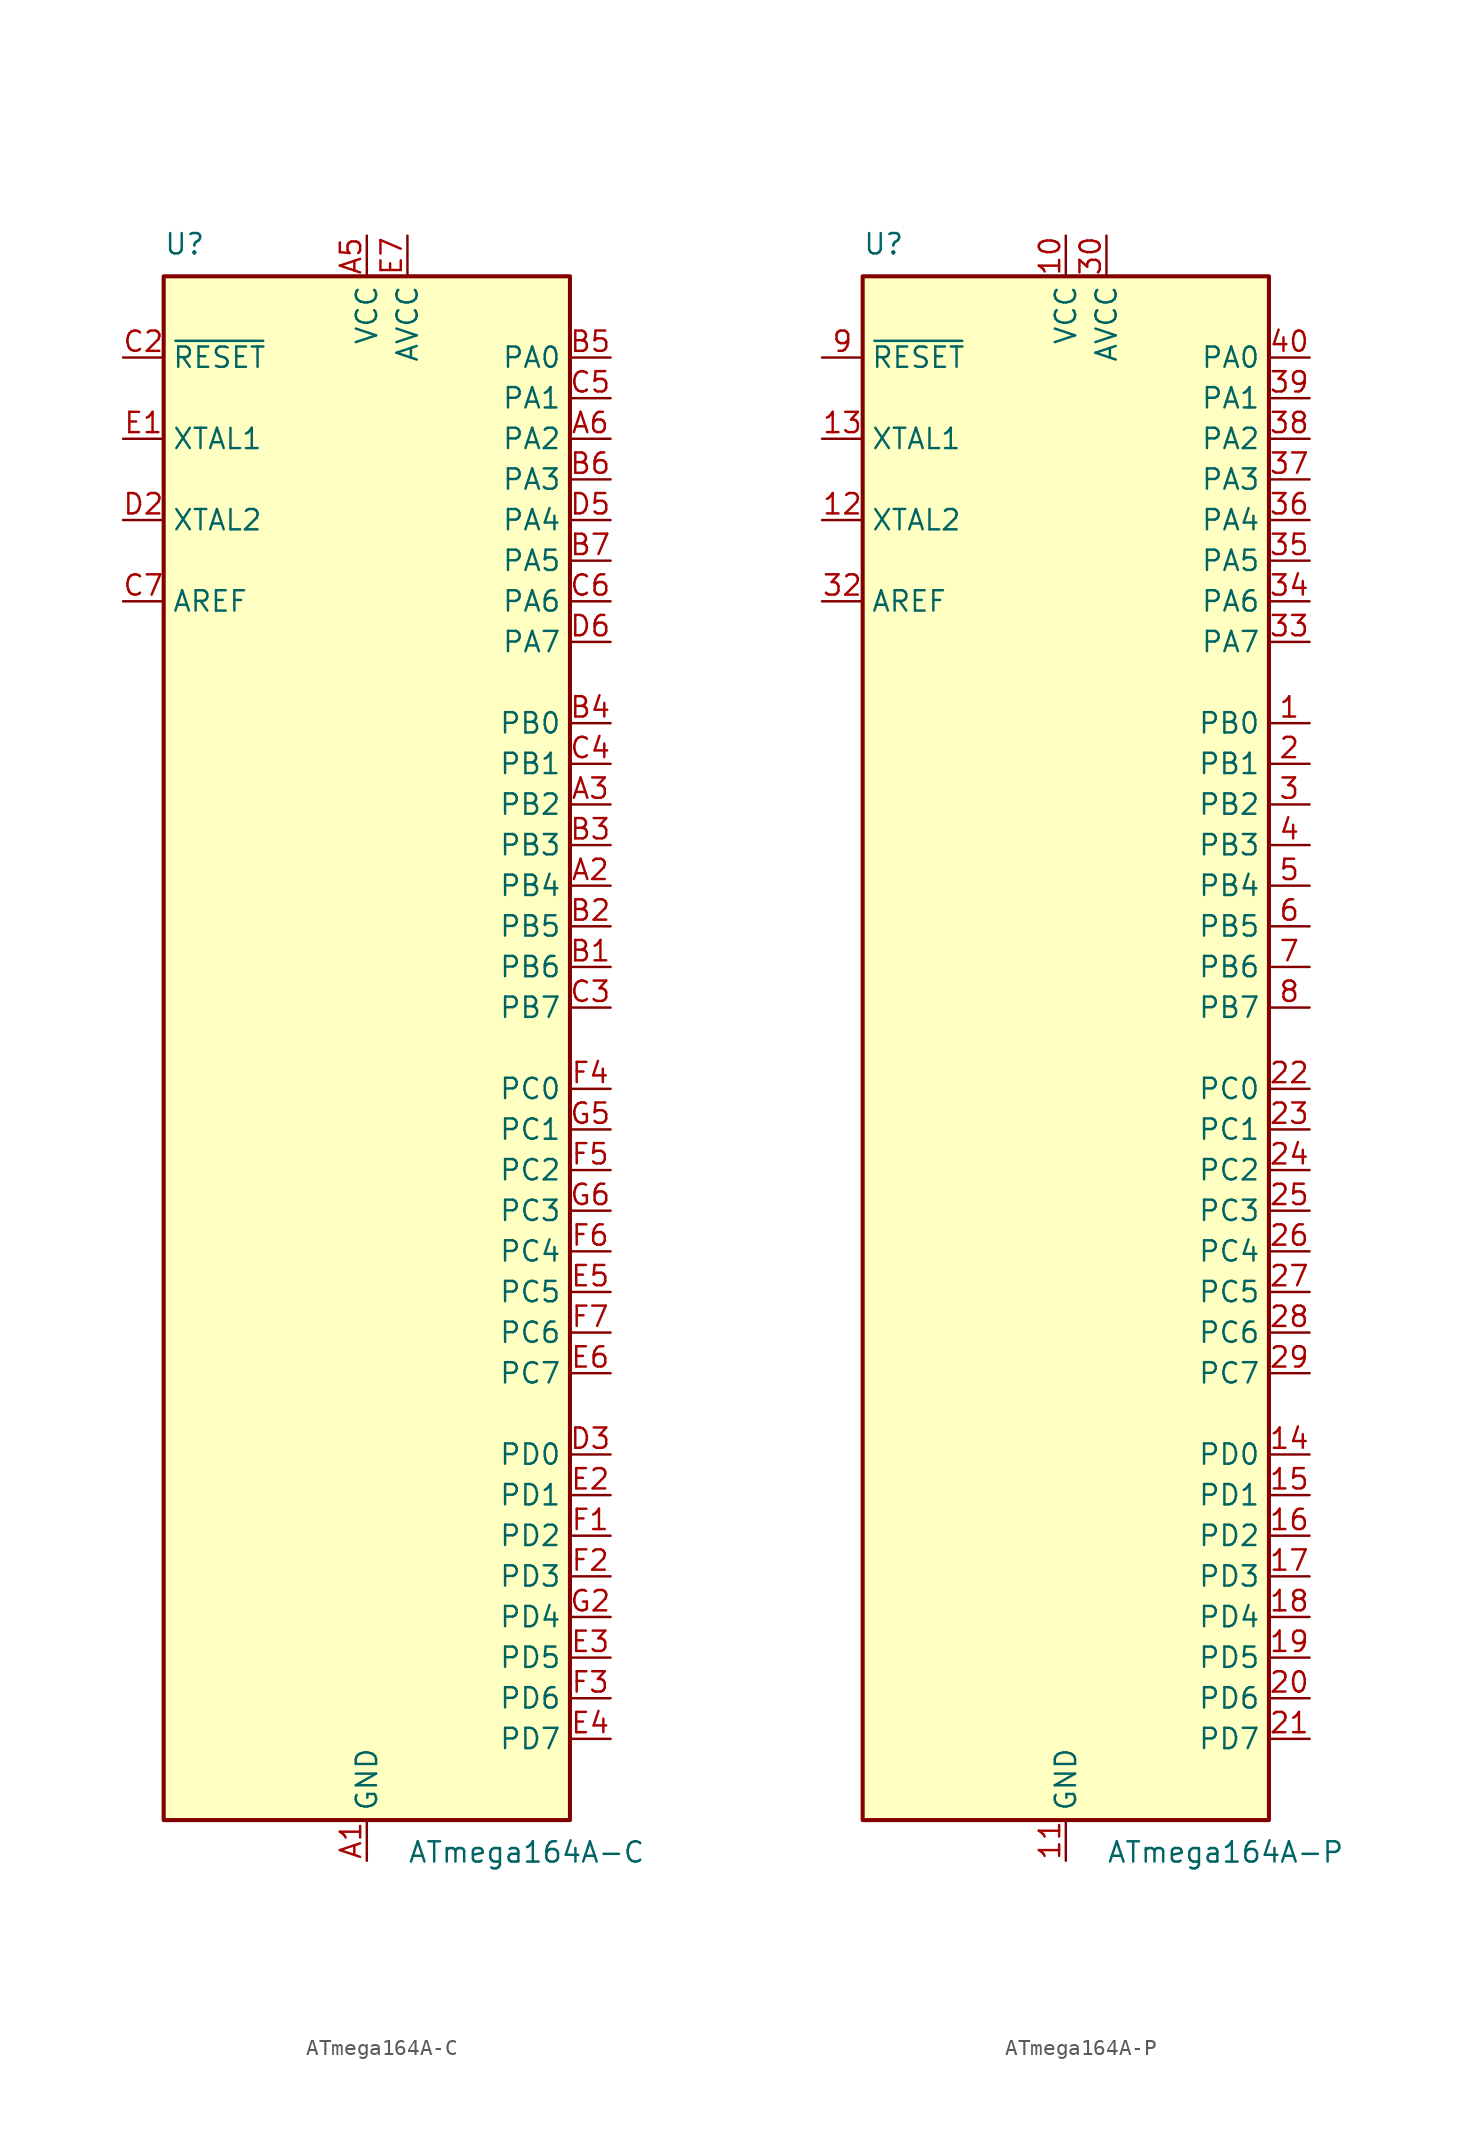
<source format=kicad_sym>
(kicad_symbol_lib
  (version 20211014)
  (generator kicad_symbol_editor)
  (symbol "ATmega164A-C"
    (property "Reference" "U"
      (at -12.7 49.53 0)
      (effects (font (size 1.27 1.27)) (justify left bottom)))
    (property "Value" "ATmega164A-C"
      (at 2.54 -49.53 0)
      (effects (font (size 1.27 1.27)) (justify left top)))
    (symbol "ATmega164A-C_0_1"
      (rectangle (start -12.7 -48.26) (end 12.7 48.26) (stroke (width 0.254) (type default) (color 0 0 0 0)) (fill (type background))))
    (symbol "ATmega164A-C_1_1"
      (pin power_in line (at 0 -50.8 90) (length 2.54) (name "GND" (effects (font (size 1.27 1.27)))) (number "A1" (effects (font (size 1.27 1.27)))))
      (pin bidirectional line (at 15.24 10.16 180) (length 2.54) (name "PB4" (effects (font (size 1.27 1.27)))) (number "A2" (effects (font (size 1.27 1.27)))))
      (pin bidirectional line (at 15.24 15.24 180) (length 2.54) (name "PB2" (effects (font (size 1.27 1.27)))) (number "A3" (effects (font (size 1.27 1.27)))))
      (pin passive line (at 0 -50.8 90) (length 2.54) hide (name "GND" (effects (font (size 1.27 1.27)))) (number "A4" (effects (font (size 1.27 1.27)))))
      (pin power_in line (at 0 50.8 270) (length 2.54) (name "VCC" (effects (font (size 1.27 1.27)))) (number "A5" (effects (font (size 1.27 1.27)))))
      (pin bidirectional line (at 15.24 38.1 180) (length 2.54) (name "PA2" (effects (font (size 1.27 1.27)))) (number "A6" (effects (font (size 1.27 1.27)))))
      (pin passive line (at 0 -50.8 90) (length 2.54) hide (name "GND" (effects (font (size 1.27 1.27)))) (number "A7" (effects (font (size 1.27 1.27)))))
      (pin bidirectional line (at 15.24 5.08 180) (length 2.54) (name "PB6" (effects (font (size 1.27 1.27)))) (number "B1" (effects (font (size 1.27 1.27)))))
      (pin bidirectional line (at 15.24 7.62 180) (length 2.54) (name "PB5" (effects (font (size 1.27 1.27)))) (number "B2" (effects (font (size 1.27 1.27)))))
      (pin bidirectional line (at 15.24 12.7 180) (length 2.54) (name "PB3" (effects (font (size 1.27 1.27)))) (number "B3" (effects (font (size 1.27 1.27)))))
      (pin bidirectional line (at 15.24 20.32 180) (length 2.54) (name "PB0" (effects (font (size 1.27 1.27)))) (number "B4" (effects (font (size 1.27 1.27)))))
      (pin bidirectional line (at 15.24 43.18 180) (length 2.54) (name "PA0" (effects (font (size 1.27 1.27)))) (number "B5" (effects (font (size 1.27 1.27)))))
      (pin bidirectional line (at 15.24 35.56 180) (length 2.54) (name "PA3" (effects (font (size 1.27 1.27)))) (number "B6" (effects (font (size 1.27 1.27)))))
      (pin bidirectional line (at 15.24 30.48 180) (length 2.54) (name "PA5" (effects (font (size 1.27 1.27)))) (number "B7" (effects (font (size 1.27 1.27)))))
      (pin passive line (at 0 50.8 270) (length 2.54) hide (name "VCC" (effects (font (size 1.27 1.27)))) (number "C1" (effects (font (size 1.27 1.27)))))
      (pin input line (at -15.24 43.18 0) (length 2.54) (name "~{RESET}" (effects (font (size 1.27 1.27)))) (number "C2" (effects (font (size 1.27 1.27)))))
      (pin bidirectional line (at 15.24 2.54 180) (length 2.54) (name "PB7" (effects (font (size 1.27 1.27)))) (number "C3" (effects (font (size 1.27 1.27)))))
      (pin bidirectional line (at 15.24 17.78 180) (length 2.54) (name "PB1" (effects (font (size 1.27 1.27)))) (number "C4" (effects (font (size 1.27 1.27)))))
      (pin bidirectional line (at 15.24 40.64 180) (length 2.54) (name "PA1" (effects (font (size 1.27 1.27)))) (number "C5" (effects (font (size 1.27 1.27)))))
      (pin bidirectional line (at 15.24 27.94 180) (length 2.54) (name "PA6" (effects (font (size 1.27 1.27)))) (number "C6" (effects (font (size 1.27 1.27)))))
      (pin passive line (at -15.24 27.94 0) (length 2.54) (name "AREF" (effects (font (size 1.27 1.27)))) (number "C7" (effects (font (size 1.27 1.27)))))
      (pin passive line (at 0 -50.8 90) (length 2.54) hide (name "GND" (effects (font (size 1.27 1.27)))) (number "D1" (effects (font (size 1.27 1.27)))))
      (pin output line (at -15.24 33.02 0) (length 2.54) (name "XTAL2" (effects (font (size 1.27 1.27)))) (number "D2" (effects (font (size 1.27 1.27)))))
      (pin bidirectional line (at 15.24 -25.4 180) (length 2.54) (name "PD0" (effects (font (size 1.27 1.27)))) (number "D3" (effects (font (size 1.27 1.27)))))
      (pin passive line (at 0 -50.8 90) (length 2.54) hide (name "GND" (effects (font (size 1.27 1.27)))) (number "D4" (effects (font (size 1.27 1.27)))))
      (pin bidirectional line (at 15.24 33.02 180) (length 2.54) (name "PA4" (effects (font (size 1.27 1.27)))) (number "D5" (effects (font (size 1.27 1.27)))))
      (pin bidirectional line (at 15.24 25.4 180) (length 2.54) (name "PA7" (effects (font (size 1.27 1.27)))) (number "D6" (effects (font (size 1.27 1.27)))))
      (pin passive line (at 0 -50.8 90) (length 2.54) hide (name "GND" (effects (font (size 1.27 1.27)))) (number "D7" (effects (font (size 1.27 1.27)))))
      (pin input line (at -15.24 38.1 0) (length 2.54) (name "XTAL1" (effects (font (size 1.27 1.27)))) (number "E1" (effects (font (size 1.27 1.27)))))
      (pin bidirectional line (at 15.24 -27.94 180) (length 2.54) (name "PD1" (effects (font (size 1.27 1.27)))) (number "E2" (effects (font (size 1.27 1.27)))))
      (pin bidirectional line (at 15.24 -38.1 180) (length 2.54) (name "PD5" (effects (font (size 1.27 1.27)))) (number "E3" (effects (font (size 1.27 1.27)))))
      (pin bidirectional line (at 15.24 -43.18 180) (length 2.54) (name "PD7" (effects (font (size 1.27 1.27)))) (number "E4" (effects (font (size 1.27 1.27)))))
      (pin bidirectional line (at 15.24 -15.24 180) (length 2.54) (name "PC5" (effects (font (size 1.27 1.27)))) (number "E5" (effects (font (size 1.27 1.27)))))
      (pin bidirectional line (at 15.24 -20.32 180) (length 2.54) (name "PC7" (effects (font (size 1.27 1.27)))) (number "E6" (effects (font (size 1.27 1.27)))))
      (pin power_in line (at 2.54 50.8 270) (length 2.54) (name "AVCC" (effects (font (size 1.27 1.27)))) (number "E7" (effects (font (size 1.27 1.27)))))
      (pin bidirectional line (at 15.24 -30.48 180) (length 2.54) (name "PD2" (effects (font (size 1.27 1.27)))) (number "F1" (effects (font (size 1.27 1.27)))))
      (pin bidirectional line (at 15.24 -33.02 180) (length 2.54) (name "PD3" (effects (font (size 1.27 1.27)))) (number "F2" (effects (font (size 1.27 1.27)))))
      (pin bidirectional line (at 15.24 -40.64 180) (length 2.54) (name "PD6" (effects (font (size 1.27 1.27)))) (number "F3" (effects (font (size 1.27 1.27)))))
      (pin bidirectional line (at 15.24 -2.54 180) (length 2.54) (name "PC0" (effects (font (size 1.27 1.27)))) (number "F4" (effects (font (size 1.27 1.27)))))
      (pin bidirectional line (at 15.24 -7.62 180) (length 2.54) (name "PC2" (effects (font (size 1.27 1.27)))) (number "F5" (effects (font (size 1.27 1.27)))))
      (pin bidirectional line (at 15.24 -12.7 180) (length 2.54) (name "PC4" (effects (font (size 1.27 1.27)))) (number "F6" (effects (font (size 1.27 1.27)))))
      (pin bidirectional line (at 15.24 -17.78 180) (length 2.54) (name "PC6" (effects (font (size 1.27 1.27)))) (number "F7" (effects (font (size 1.27 1.27)))))
      (pin passive line (at 0 -50.8 90) (length 2.54) hide (name "GND" (effects (font (size 1.27 1.27)))) (number "G1" (effects (font (size 1.27 1.27)))))
      (pin bidirectional line (at 15.24 -35.56 180) (length 2.54) (name "PD4" (effects (font (size 1.27 1.27)))) (number "G2" (effects (font (size 1.27 1.27)))))
      (pin passive line (at 0 50.8 270) (length 2.54) hide (name "VCC" (effects (font (size 1.27 1.27)))) (number "G3" (effects (font (size 1.27 1.27)))))
      (pin passive line (at 0 -50.8 90) (length 2.54) hide (name "GND" (effects (font (size 1.27 1.27)))) (number "G4" (effects (font (size 1.27 1.27)))))
      (pin bidirectional line (at 15.24 -5.08 180) (length 2.54) (name "PC1" (effects (font (size 1.27 1.27)))) (number "G5" (effects (font (size 1.27 1.27)))))
      (pin bidirectional line (at 15.24 -10.16 180) (length 2.54) (name "PC3" (effects (font (size 1.27 1.27)))) (number "G6" (effects (font (size 1.27 1.27)))))
      (pin passive line (at 0 -50.8 90) (length 2.54) hide (name "GND" (effects (font (size 1.27 1.27)))) (number "G7" (effects (font (size 1.27 1.27)))))))
  (symbol "ATmega164A-P"
    (property "Reference" "U"
      (at -12.7 49.53 0)
      (effects (font (size 1.27 1.27)) (justify left bottom)))
    (property "Value" "ATmega164A-P"
      (at 2.54 -49.53 0)
      (effects (font (size 1.27 1.27)) (justify left top)))
    (symbol "ATmega164A-P_0_1"
      (rectangle (start -12.7 -48.26) (end 12.7 48.26) (stroke (width 0.254) (type default) (color 0 0 0 0)) (fill (type background))))
    (symbol "ATmega164A-P_1_1"
      (pin bidirectional line (at 15.24 20.32 180) (length 2.54) (name "PB0" (effects (font (size 1.27 1.27)))) (number "1" (effects (font (size 1.27 1.27)))))
      (pin power_in line (at 0 50.8 270) (length 2.54) (name "VCC" (effects (font (size 1.27 1.27)))) (number "10" (effects (font (size 1.27 1.27)))))
      (pin power_in line (at 0 -50.8 90) (length 2.54) (name "GND" (effects (font (size 1.27 1.27)))) (number "11" (effects (font (size 1.27 1.27)))))
      (pin output line (at -15.24 33.02 0) (length 2.54) (name "XTAL2" (effects (font (size 1.27 1.27)))) (number "12" (effects (font (size 1.27 1.27)))))
      (pin input line (at -15.24 38.1 0) (length 2.54) (name "XTAL1" (effects (font (size 1.27 1.27)))) (number "13" (effects (font (size 1.27 1.27)))))
      (pin bidirectional line (at 15.24 -25.4 180) (length 2.54) (name "PD0" (effects (font (size 1.27 1.27)))) (number "14" (effects (font (size 1.27 1.27)))))
      (pin bidirectional line (at 15.24 -27.94 180) (length 2.54) (name "PD1" (effects (font (size 1.27 1.27)))) (number "15" (effects (font (size 1.27 1.27)))))
      (pin bidirectional line (at 15.24 -30.48 180) (length 2.54) (name "PD2" (effects (font (size 1.27 1.27)))) (number "16" (effects (font (size 1.27 1.27)))))
      (pin bidirectional line (at 15.24 -33.02 180) (length 2.54) (name "PD3" (effects (font (size 1.27 1.27)))) (number "17" (effects (font (size 1.27 1.27)))))
      (pin bidirectional line (at 15.24 -35.56 180) (length 2.54) (name "PD4" (effects (font (size 1.27 1.27)))) (number "18" (effects (font (size 1.27 1.27)))))
      (pin bidirectional line (at 15.24 -38.1 180) (length 2.54) (name "PD5" (effects (font (size 1.27 1.27)))) (number "19" (effects (font (size 1.27 1.27)))))
      (pin bidirectional line (at 15.24 17.78 180) (length 2.54) (name "PB1" (effects (font (size 1.27 1.27)))) (number "2" (effects (font (size 1.27 1.27)))))
      (pin bidirectional line (at 15.24 -40.64 180) (length 2.54) (name "PD6" (effects (font (size 1.27 1.27)))) (number "20" (effects (font (size 1.27 1.27)))))
      (pin bidirectional line (at 15.24 -43.18 180) (length 2.54) (name "PD7" (effects (font (size 1.27 1.27)))) (number "21" (effects (font (size 1.27 1.27)))))
      (pin bidirectional line (at 15.24 -2.54 180) (length 2.54) (name "PC0" (effects (font (size 1.27 1.27)))) (number "22" (effects (font (size 1.27 1.27)))))
      (pin bidirectional line (at 15.24 -5.08 180) (length 2.54) (name "PC1" (effects (font (size 1.27 1.27)))) (number "23" (effects (font (size 1.27 1.27)))))
      (pin bidirectional line (at 15.24 -7.62 180) (length 2.54) (name "PC2" (effects (font (size 1.27 1.27)))) (number "24" (effects (font (size 1.27 1.27)))))
      (pin bidirectional line (at 15.24 -10.16 180) (length 2.54) (name "PC3" (effects (font (size 1.27 1.27)))) (number "25" (effects (font (size 1.27 1.27)))))
      (pin bidirectional line (at 15.24 -12.7 180) (length 2.54) (name "PC4" (effects (font (size 1.27 1.27)))) (number "26" (effects (font (size 1.27 1.27)))))
      (pin bidirectional line (at 15.24 -15.24 180) (length 2.54) (name "PC5" (effects (font (size 1.27 1.27)))) (number "27" (effects (font (size 1.27 1.27)))))
      (pin bidirectional line (at 15.24 -17.78 180) (length 2.54) (name "PC6" (effects (font (size 1.27 1.27)))) (number "28" (effects (font (size 1.27 1.27)))))
      (pin bidirectional line (at 15.24 -20.32 180) (length 2.54) (name "PC7" (effects (font (size 1.27 1.27)))) (number "29" (effects (font (size 1.27 1.27)))))
      (pin bidirectional line (at 15.24 15.24 180) (length 2.54) (name "PB2" (effects (font (size 1.27 1.27)))) (number "3" (effects (font (size 1.27 1.27)))))
      (pin power_in line (at 2.54 50.8 270) (length 2.54) (name "AVCC" (effects (font (size 1.27 1.27)))) (number "30" (effects (font (size 1.27 1.27)))))
      (pin passive line (at 0 -50.8 90) (length 2.54) hide (name "GND" (effects (font (size 1.27 1.27)))) (number "31" (effects (font (size 1.27 1.27)))))
      (pin passive line (at -15.24 27.94 0) (length 2.54) (name "AREF" (effects (font (size 1.27 1.27)))) (number "32" (effects (font (size 1.27 1.27)))))
      (pin bidirectional line (at 15.24 25.4 180) (length 2.54) (name "PA7" (effects (font (size 1.27 1.27)))) (number "33" (effects (font (size 1.27 1.27)))))
      (pin bidirectional line (at 15.24 27.94 180) (length 2.54) (name "PA6" (effects (font (size 1.27 1.27)))) (number "34" (effects (font (size 1.27 1.27)))))
      (pin bidirectional line (at 15.24 30.48 180) (length 2.54) (name "PA5" (effects (font (size 1.27 1.27)))) (number "35" (effects (font (size 1.27 1.27)))))
      (pin bidirectional line (at 15.24 33.02 180) (length 2.54) (name "PA4" (effects (font (size 1.27 1.27)))) (number "36" (effects (font (size 1.27 1.27)))))
      (pin bidirectional line (at 15.24 35.56 180) (length 2.54) (name "PA3" (effects (font (size 1.27 1.27)))) (number "37" (effects (font (size 1.27 1.27)))))
      (pin bidirectional line (at 15.24 38.1 180) (length 2.54) (name "PA2" (effects (font (size 1.27 1.27)))) (number "38" (effects (font (size 1.27 1.27)))))
      (pin bidirectional line (at 15.24 40.64 180) (length 2.54) (name "PA1" (effects (font (size 1.27 1.27)))) (number "39" (effects (font (size 1.27 1.27)))))
      (pin bidirectional line (at 15.24 12.7 180) (length 2.54) (name "PB3" (effects (font (size 1.27 1.27)))) (number "4" (effects (font (size 1.27 1.27)))))
      (pin bidirectional line (at 15.24 43.18 180) (length 2.54) (name "PA0" (effects (font (size 1.27 1.27)))) (number "40" (effects (font (size 1.27 1.27)))))
      (pin bidirectional line (at 15.24 10.16 180) (length 2.54) (name "PB4" (effects (font (size 1.27 1.27)))) (number "5" (effects (font (size 1.27 1.27)))))
      (pin bidirectional line (at 15.24 7.62 180) (length 2.54) (name "PB5" (effects (font (size 1.27 1.27)))) (number "6" (effects (font (size 1.27 1.27)))))
      (pin bidirectional line (at 15.24 5.08 180) (length 2.54) (name "PB6" (effects (font (size 1.27 1.27)))) (number "7" (effects (font (size 1.27 1.27)))))
      (pin bidirectional line (at 15.24 2.54 180) (length 2.54) (name "PB7" (effects (font (size 1.27 1.27)))) (number "8" (effects (font (size 1.27 1.27)))))
      (pin input line (at -15.24 43.18 0) (length 2.54) (name "~{RESET}" (effects (font (size 1.27 1.27)))) (number "9" (effects (font (size 1.27 1.27))))))))
</source>
